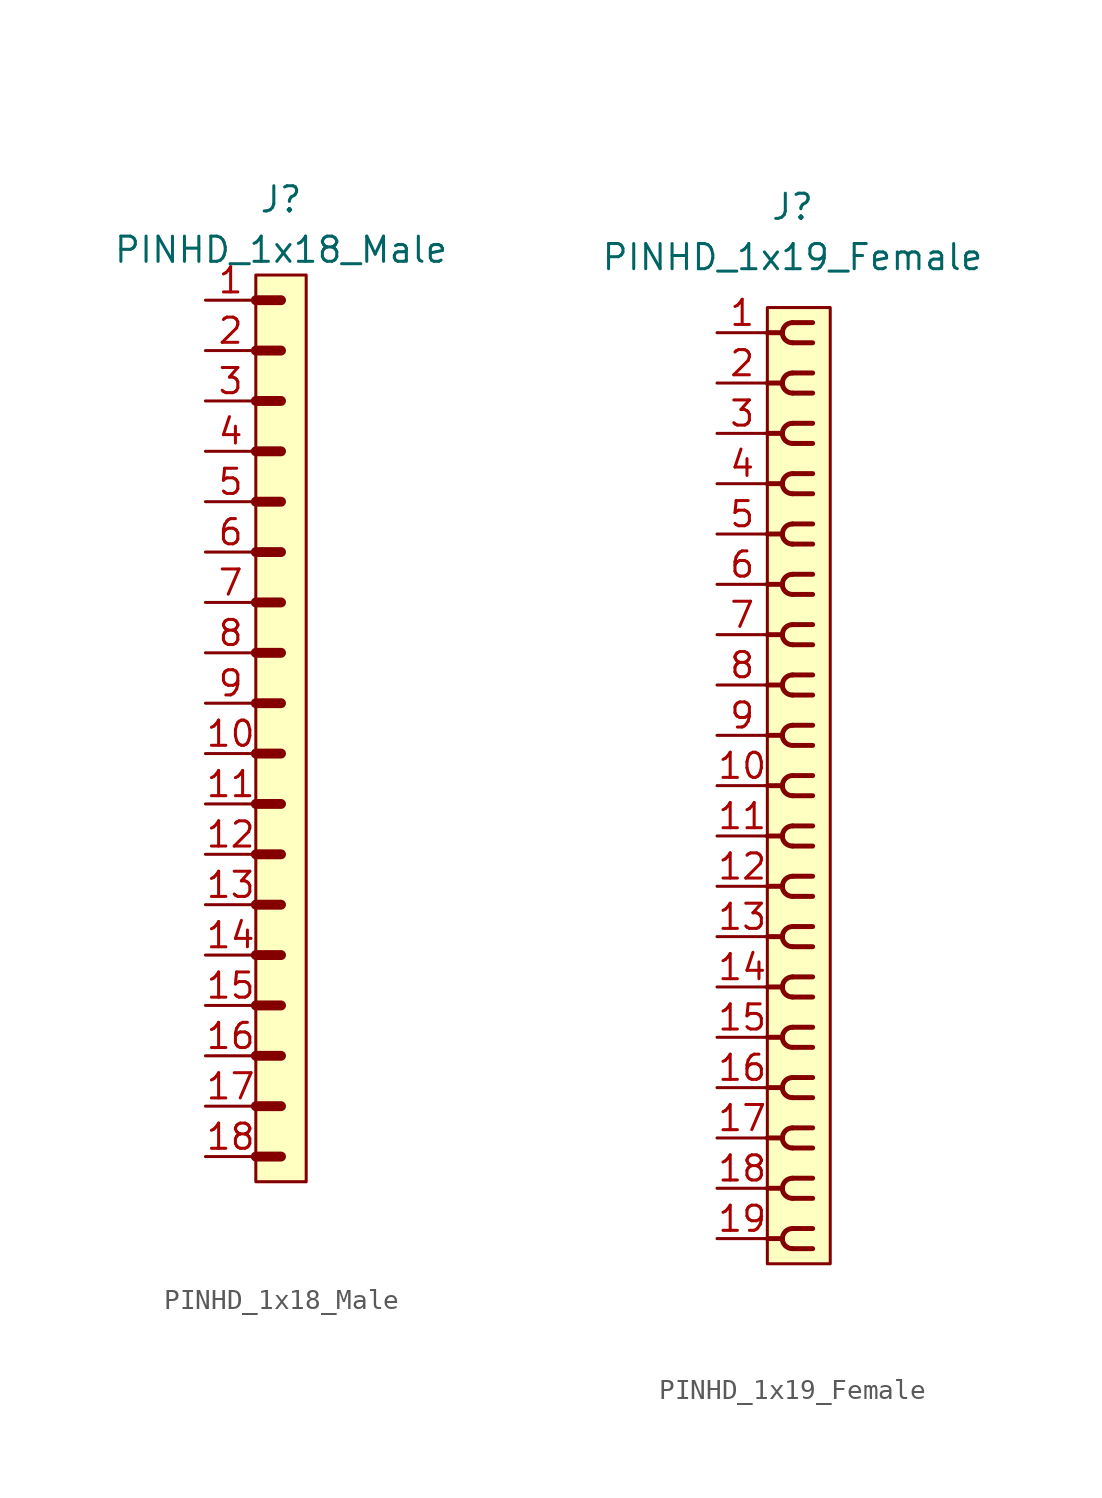
<source format=kicad_sym>
(kicad_symbol_lib
  (version 20220914)
  (generator kicad_symbol_editor)
  (symbol "PINHD_1x18_Male"
    (property "Reference" "J"
      (at 0 26.67 0)
      (effects (font (size 1.27 1.27))))
    (property "Value" "PINHD_1x18_Male"
      (at 0 24.13 0)
      (effects (font (size 1.27 1.27))))
    (symbol "PINHD_1x18_Male_0_1"
      (rectangle (start -1.27 22.86) (end 1.27 -22.86) (stroke (width 0) (type default)) (fill (type background)))
      (polyline (pts (xy -1.27 -21.59) (xy 0 -21.59)) (stroke (width 0.5) (type default)) (fill (type none)))
      (polyline (pts (xy -1.27 -19.05) (xy 0 -19.05)) (stroke (width 0.5) (type default)) (fill (type none)))
      (polyline (pts (xy -1.27 -16.51) (xy 0 -16.51)) (stroke (width 0.5) (type default)) (fill (type none)))
      (polyline (pts (xy -1.27 -13.97) (xy 0 -13.97)) (stroke (width 0.5) (type default)) (fill (type none)))
      (polyline (pts (xy -1.27 -11.43) (xy 0 -11.43)) (stroke (width 0.5) (type default)) (fill (type none)))
      (polyline (pts (xy -1.27 -8.89) (xy 0 -8.89)) (stroke (width 0.5) (type default)) (fill (type none)))
      (polyline (pts (xy -1.27 -6.35) (xy 0 -6.35)) (stroke (width 0.5) (type default)) (fill (type none)))
      (polyline (pts (xy -1.27 -3.81) (xy 0 -3.81)) (stroke (width 0.5) (type default)) (fill (type none)))
      (polyline (pts (xy -1.27 -1.27) (xy 0 -1.27)) (stroke (width 0.3) (type default)) (fill (type none)))
      (polyline (pts (xy -1.27 -1.27) (xy 0 -1.27)) (stroke (width 0.5) (type default)) (fill (type none)))
      (polyline (pts (xy -1.27 1.27) (xy 0 1.27)) (stroke (width 0.3) (type default)) (fill (type none)))
      (polyline (pts (xy -1.27 1.27) (xy 0 1.27)) (stroke (width 0.5) (type default)) (fill (type none)))
      (polyline (pts (xy -1.27 3.81) (xy 0 3.81)) (stroke (width 0.3) (type default)) (fill (type none)))
      (polyline (pts (xy -1.27 3.81) (xy 0 3.81)) (stroke (width 0.5) (type default)) (fill (type none)))
      (polyline (pts (xy -1.27 6.35) (xy 0 6.35)) (stroke (width 0.3) (type default)) (fill (type none)))
      (polyline (pts (xy -1.27 6.35) (xy 0 6.35)) (stroke (width 0.5) (type default)) (fill (type none)))
      (polyline (pts (xy -1.27 8.89) (xy 0 8.89)) (stroke (width 0.3) (type default)) (fill (type none)))
      (polyline (pts (xy -1.27 8.89) (xy 0 8.89)) (stroke (width 0.5) (type default)) (fill (type none)))
      (polyline (pts (xy -1.27 11.43) (xy 0 11.43)) (stroke (width 0.3) (type default)) (fill (type none)))
      (polyline (pts (xy -1.27 11.43) (xy 0 11.43)) (stroke (width 0.5) (type default)) (fill (type none)))
      (polyline (pts (xy -1.27 13.97) (xy 0 13.97)) (stroke (width 0.3) (type default)) (fill (type none)))
      (polyline (pts (xy -1.27 13.97) (xy 0 13.97)) (stroke (width 0.5) (type default)) (fill (type none)))
      (polyline (pts (xy -1.27 16.51) (xy 0 16.51)) (stroke (width 0.3) (type default)) (fill (type none)))
      (polyline (pts (xy -1.27 16.51) (xy 0 16.51)) (stroke (width 0.5) (type default)) (fill (type none)))
      (polyline (pts (xy -1.27 19.05) (xy 0 19.05)) (stroke (width 0.3) (type default)) (fill (type none)))
      (polyline (pts (xy -1.27 19.05) (xy 0 19.05)) (stroke (width 0.5) (type default)) (fill (type none)))
      (polyline (pts (xy -1.27 21.59) (xy 0 21.59)) (stroke (width 0.5) (type default)) (fill (type none))))
    (symbol "PINHD_1x18_Male_1_1"
      (pin passive line (at -3.81 21.59 0) (length 2.54) (name "" (effects (font (size 1.27 1.27)))) (number "1" (effects (font (size 1.27 1.27)))))
      (pin passive line (at -3.81 -1.27 0) (length 2.54) (name "" (effects (font (size 1.27 1.27)))) (number "10" (effects (font (size 1.27 1.27)))))
      (pin passive line (at -3.81 -3.81 0) (length 2.54) (name "" (effects (font (size 1.27 1.27)))) (number "11" (effects (font (size 1.27 1.27)))))
      (pin passive line (at -3.81 -6.35 0) (length 2.54) (name "" (effects (font (size 1.27 1.27)))) (number "12" (effects (font (size 1.27 1.27)))))
      (pin passive line (at -3.81 -8.89 0) (length 2.54) (name "" (effects (font (size 1.27 1.27)))) (number "13" (effects (font (size 1.27 1.27)))))
      (pin passive line (at -3.81 -11.43 0) (length 2.54) (name "" (effects (font (size 1.27 1.27)))) (number "14" (effects (font (size 1.27 1.27)))))
      (pin passive line (at -3.81 -13.97 0) (length 2.54) (name "" (effects (font (size 1.27 1.27)))) (number "15" (effects (font (size 1.27 1.27)))))
      (pin passive line (at -3.81 -16.51 0) (length 2.54) (name "" (effects (font (size 1.27 1.27)))) (number "16" (effects (font (size 1.27 1.27)))))
      (pin passive line (at -3.81 -19.05 0) (length 2.54) (name "" (effects (font (size 1.27 1.27)))) (number "17" (effects (font (size 1.27 1.27)))))
      (pin passive line (at -3.81 -21.59 0) (length 2.54) (name "" (effects (font (size 1.27 1.27)))) (number "18" (effects (font (size 1.27 1.27)))))
      (pin passive line (at -3.81 19.05 0) (length 2.54) (name "" (effects (font (size 1.27 1.27)))) (number "2" (effects (font (size 1.27 1.27)))))
      (pin passive line (at -3.81 16.51 0) (length 2.54) (name "" (effects (font (size 1.27 1.27)))) (number "3" (effects (font (size 1.27 1.27)))))
      (pin passive line (at -3.81 13.97 0) (length 2.54) (name "" (effects (font (size 1.27 1.27)))) (number "4" (effects (font (size 1.27 1.27)))))
      (pin passive line (at -3.81 11.43 0) (length 2.54) (name "" (effects (font (size 1.27 1.27)))) (number "5" (effects (font (size 1.27 1.27)))))
      (pin passive line (at -3.81 8.89 0) (length 2.54) (name "" (effects (font (size 1.27 1.27)))) (number "6" (effects (font (size 1.27 1.27)))))
      (pin passive line (at -3.81 6.35 0) (length 2.54) (name "" (effects (font (size 1.27 1.27)))) (number "7" (effects (font (size 1.27 1.27)))))
      (pin passive line (at -3.81 3.81 0) (length 2.54) (name "" (effects (font (size 1.27 1.27)))) (number "8" (effects (font (size 1.27 1.27)))))
      (pin passive line (at -3.81 1.27 0) (length 2.54) (name "" (effects (font (size 1.27 1.27)))) (number "9" (effects (font (size 1.27 1.27)))))))
  (symbol "PINHD_1x19_Female"
    (property "Reference" "J"
      (at 0 29.21 0)
      (effects (font (size 1.27 1.27))))
    (property "Value" "PINHD_1x19_Female"
      (at 0 26.67 0)
      (effects (font (size 1.27 1.27))))
    (symbol "PINHD_1x19_Female_0_1"
      (rectangle (start -1.27 24.13) (end 1.905 -24.13) (stroke (width 0) (type default)) (fill (type background)))
      (arc (start -0.508 -22.86) (mid -0.3592 -23.2192) (end 0 -23.368) (stroke (width 0.25) (type default)) (fill (type none)))
      (arc (start -0.508 -20.32) (mid -0.3592 -20.6792) (end 0 -20.828) (stroke (width 0.25) (type default)) (fill (type none)))
      (arc (start -0.508 -17.78) (mid -0.3592 -18.1392) (end 0 -18.288) (stroke (width 0.25) (type default)) (fill (type none)))
      (arc (start -0.508 -15.24) (mid -0.3592 -15.5992) (end 0 -15.748) (stroke (width 0.25) (type default)) (fill (type none)))
      (arc (start -0.508 -12.7) (mid -0.3592 -13.0592) (end 0 -13.208) (stroke (width 0.25) (type default)) (fill (type none)))
      (arc (start -0.508 -10.16) (mid -0.3592 -10.5192) (end 0 -10.668) (stroke (width 0.25) (type default)) (fill (type none)))
      (arc (start -0.508 -7.62) (mid -0.3592 -7.9792) (end 0 -8.128) (stroke (width 0.25) (type default)) (fill (type none)))
      (arc (start -0.508 -5.08) (mid -0.3592 -5.4392) (end 0 -5.588) (stroke (width 0.25) (type default)) (fill (type none)))
      (arc (start -0.508 -2.54) (mid -0.3592 -2.8992) (end 0 -3.048) (stroke (width 0.25) (type default)) (fill (type none)))
      (arc (start -0.508 0) (mid -0.3592 -0.3592) (end 0 -0.508) (stroke (width 0.25) (type default)) (fill (type none)))
      (arc (start -0.508 2.54) (mid -0.3592 2.1808) (end 0 2.032) (stroke (width 0.25) (type default)) (fill (type none)))
      (arc (start -0.508 5.08) (mid -0.3592 4.7208) (end 0 4.572) (stroke (width 0.25) (type default)) (fill (type none)))
      (arc (start -0.508 7.62) (mid -0.3592 7.2608) (end 0 7.112) (stroke (width 0.25) (type default)) (fill (type none)))
      (arc (start -0.508 10.16) (mid -0.3592 9.8008) (end 0 9.652) (stroke (width 0.25) (type default)) (fill (type none)))
      (arc (start -0.508 12.7) (mid -0.3592 12.3408) (end 0 12.192) (stroke (width 0.25) (type default)) (fill (type none)))
      (arc (start -0.508 15.24) (mid -0.3592 14.8808) (end 0 14.732) (stroke (width 0.25) (type default)) (fill (type none)))
      (arc (start -0.508 17.78) (mid -0.3592 17.4208) (end 0 17.272) (stroke (width 0.25) (type default)) (fill (type none)))
      (arc (start -0.508 20.32) (mid -0.3592 19.9608) (end 0 19.812) (stroke (width 0.25) (type default)) (fill (type none)))
      (arc (start -0.508 22.86) (mid -0.3592 22.5008) (end 0 22.352) (stroke (width 0.25) (type default)) (fill (type none)))
      (arc (start 0 -22.352) (mid -0.3592 -22.5008) (end -0.508 -22.86) (stroke (width 0.25) (type default)) (fill (type none)))
      (arc (start 0 -19.812) (mid -0.3592 -19.9608) (end -0.508 -20.32) (stroke (width 0.25) (type default)) (fill (type none)))
      (arc (start 0 -17.272) (mid -0.3592 -17.4208) (end -0.508 -17.78) (stroke (width 0.25) (type default)) (fill (type none)))
      (arc (start 0 -14.732) (mid -0.3592 -14.8808) (end -0.508 -15.24) (stroke (width 0.25) (type default)) (fill (type none)))
      (arc (start 0 -12.192) (mid -0.3592 -12.3408) (end -0.508 -12.7) (stroke (width 0.25) (type default)) (fill (type none)))
      (arc (start 0 -9.652) (mid -0.3592 -9.8008) (end -0.508 -10.16) (stroke (width 0.25) (type default)) (fill (type none)))
      (arc (start 0 -7.112) (mid -0.3592 -7.2608) (end -0.508 -7.62) (stroke (width 0.25) (type default)) (fill (type none)))
      (arc (start 0 -4.572) (mid -0.3592 -4.7208) (end -0.508 -5.08) (stroke (width 0.25) (type default)) (fill (type none)))
      (arc (start 0 -2.032) (mid -0.3592 -2.1808) (end -0.508 -2.54) (stroke (width 0.25) (type default)) (fill (type none)))
      (polyline (pts (xy -1.27 -22.86) (xy -0.508 -22.86)) (stroke (width 0.25) (type default)) (fill (type none)))
      (polyline (pts (xy -1.27 -20.32) (xy -0.508 -20.32)) (stroke (width 0.25) (type default)) (fill (type none)))
      (polyline (pts (xy -1.27 -17.78) (xy -0.508 -17.78)) (stroke (width 0.25) (type default)) (fill (type none)))
      (polyline (pts (xy -1.27 -15.24) (xy -0.508 -15.24)) (stroke (width 0.25) (type default)) (fill (type none)))
      (polyline (pts (xy -1.27 -12.7) (xy -0.508 -12.7)) (stroke (width 0.25) (type default)) (fill (type none)))
      (polyline (pts (xy -1.27 -10.16) (xy -0.508 -10.16)) (stroke (width 0.25) (type default)) (fill (type none)))
      (polyline (pts (xy -1.27 -7.62) (xy -0.508 -7.62)) (stroke (width 0.25) (type default)) (fill (type none)))
      (polyline (pts (xy -1.27 -5.08) (xy -0.508 -5.08)) (stroke (width 0.25) (type default)) (fill (type none)))
      (polyline (pts (xy -1.27 -2.54) (xy -0.508 -2.54)) (stroke (width 0.25) (type default)) (fill (type none)))
      (polyline (pts (xy -1.27 0) (xy -0.508 0)) (stroke (width 0.25) (type default)) (fill (type none)))
      (polyline (pts (xy -1.27 2.54) (xy -0.508 2.54)) (stroke (width 0.25) (type default)) (fill (type none)))
      (polyline (pts (xy -1.27 5.08) (xy -0.508 5.08)) (stroke (width 0.25) (type default)) (fill (type none)))
      (polyline (pts (xy -1.27 7.62) (xy -0.508 7.62)) (stroke (width 0.25) (type default)) (fill (type none)))
      (polyline (pts (xy -1.27 10.16) (xy -0.508 10.16)) (stroke (width 0.25) (type default)) (fill (type none)))
      (polyline (pts (xy -1.27 12.7) (xy -0.508 12.7)) (stroke (width 0.25) (type default)) (fill (type none)))
      (polyline (pts (xy -1.27 15.24) (xy -0.508 15.24)) (stroke (width 0.25) (type default)) (fill (type none)))
      (polyline (pts (xy -1.27 17.78) (xy -0.508 17.78)) (stroke (width 0.25) (type default)) (fill (type none)))
      (polyline (pts (xy -1.27 20.32) (xy -0.508 20.32)) (stroke (width 0.25) (type default)) (fill (type none)))
      (polyline (pts (xy -1.27 22.86) (xy -0.508 22.86)) (stroke (width 0.25) (type default)) (fill (type none)))
      (polyline (pts (xy 0 -23.368) (xy 1.016 -23.368)) (stroke (width 0.25) (type default)) (fill (type none)))
      (polyline (pts (xy 0 -22.352) (xy 1.016 -22.352)) (stroke (width 0.25) (type default)) (fill (type none)))
      (polyline (pts (xy 0 -20.828) (xy 1.016 -20.828)) (stroke (width 0.25) (type default)) (fill (type none)))
      (polyline (pts (xy 0 -19.812) (xy 1.016 -19.812)) (stroke (width 0.25) (type default)) (fill (type none)))
      (polyline (pts (xy 0 -18.288) (xy 1.016 -18.288)) (stroke (width 0.25) (type default)) (fill (type none)))
      (polyline (pts (xy 0 -17.272) (xy 1.016 -17.272)) (stroke (width 0.25) (type default)) (fill (type none)))
      (polyline (pts (xy 0 -15.748) (xy 1.016 -15.748)) (stroke (width 0.25) (type default)) (fill (type none)))
      (polyline (pts (xy 0 -14.732) (xy 1.016 -14.732)) (stroke (width 0.25) (type default)) (fill (type none)))
      (polyline (pts (xy 0 -13.208) (xy 1.016 -13.208)) (stroke (width 0.25) (type default)) (fill (type none)))
      (polyline (pts (xy 0 -12.192) (xy 1.016 -12.192)) (stroke (width 0.25) (type default)) (fill (type none)))
      (polyline (pts (xy 0 -10.668) (xy 1.016 -10.668)) (stroke (width 0.25) (type default)) (fill (type none)))
      (polyline (pts (xy 0 -9.652) (xy 1.016 -9.652)) (stroke (width 0.25) (type default)) (fill (type none)))
      (polyline (pts (xy 0 -8.128) (xy 1.016 -8.128)) (stroke (width 0.25) (type default)) (fill (type none)))
      (polyline (pts (xy 0 -7.112) (xy 1.016 -7.112)) (stroke (width 0.25) (type default)) (fill (type none)))
      (polyline (pts (xy 0 -5.588) (xy 1.016 -5.588)) (stroke (width 0.25) (type default)) (fill (type none)))
      (polyline (pts (xy 0 -4.572) (xy 1.016 -4.572)) (stroke (width 0.25) (type default)) (fill (type none)))
      (polyline (pts (xy 0 -3.048) (xy 1.016 -3.048)) (stroke (width 0.25) (type default)) (fill (type none)))
      (polyline (pts (xy 0 -2.032) (xy 1.016 -2.032)) (stroke (width 0.25) (type default)) (fill (type none)))
      (polyline (pts (xy 0 -0.508) (xy 1.016 -0.508)) (stroke (width 0.25) (type default)) (fill (type none)))
      (polyline (pts (xy 0 0.508) (xy 1.016 0.508)) (stroke (width 0.25) (type default)) (fill (type none)))
      (polyline (pts (xy 0 2.032) (xy 1.016 2.032)) (stroke (width 0.25) (type default)) (fill (type none)))
      (polyline (pts (xy 0 3.048) (xy 1.016 3.048)) (stroke (width 0.25) (type default)) (fill (type none)))
      (polyline (pts (xy 0 4.572) (xy 1.016 4.572)) (stroke (width 0.25) (type default)) (fill (type none)))
      (polyline (pts (xy 0 5.588) (xy 1.016 5.588)) (stroke (width 0.25) (type default)) (fill (type none)))
      (polyline (pts (xy 0 7.112) (xy 1.016 7.112)) (stroke (width 0.25) (type default)) (fill (type none)))
      (polyline (pts (xy 0 8.128) (xy 1.016 8.128)) (stroke (width 0.25) (type default)) (fill (type none)))
      (polyline (pts (xy 0 9.652) (xy 1.016 9.652)) (stroke (width 0.25) (type default)) (fill (type none)))
      (polyline (pts (xy 0 10.668) (xy 1.016 10.668)) (stroke (width 0.25) (type default)) (fill (type none)))
      (polyline (pts (xy 0 12.192) (xy 1.016 12.192)) (stroke (width 0.25) (type default)) (fill (type none)))
      (polyline (pts (xy 0 13.208) (xy 1.016 13.208)) (stroke (width 0.25) (type default)) (fill (type none)))
      (polyline (pts (xy 0 14.732) (xy 1.016 14.732)) (stroke (width 0.25) (type default)) (fill (type none)))
      (polyline (pts (xy 0 15.748) (xy 1.016 15.748)) (stroke (width 0.25) (type default)) (fill (type none)))
      (polyline (pts (xy 0 17.272) (xy 1.016 17.272)) (stroke (width 0.25) (type default)) (fill (type none)))
      (polyline (pts (xy 0 18.288) (xy 1.016 18.288)) (stroke (width 0.25) (type default)) (fill (type none)))
      (polyline (pts (xy 0 19.812) (xy 1.016 19.812)) (stroke (width 0.25) (type default)) (fill (type none)))
      (polyline (pts (xy 0 20.828) (xy 1.016 20.828)) (stroke (width 0.25) (type default)) (fill (type none)))
      (polyline (pts (xy 0 22.352) (xy 1.016 22.352)) (stroke (width 0.25) (type default)) (fill (type none)))
      (polyline (pts (xy 0 23.368) (xy 1.016 23.368)) (stroke (width 0.25) (type default)) (fill (type none)))
      (arc (start 0 0.508) (mid -0.3592 0.3592) (end -0.508 0) (stroke (width 0.25) (type default)) (fill (type none)))
      (arc (start 0 3.048) (mid -0.3592 2.8992) (end -0.508 2.54) (stroke (width 0.25) (type default)) (fill (type none)))
      (arc (start 0 5.588) (mid -0.3592 5.4392) (end -0.508 5.08) (stroke (width 0.25) (type default)) (fill (type none)))
      (arc (start 0 8.128) (mid -0.3592 7.9792) (end -0.508 7.62) (stroke (width 0.25) (type default)) (fill (type none)))
      (arc (start 0 10.668) (mid -0.3592 10.5192) (end -0.508 10.16) (stroke (width 0.25) (type default)) (fill (type none)))
      (arc (start 0 13.208) (mid -0.3592 13.0592) (end -0.508 12.7) (stroke (width 0.25) (type default)) (fill (type none)))
      (arc (start 0 15.748) (mid -0.3592 15.5992) (end -0.508 15.24) (stroke (width 0.25) (type default)) (fill (type none)))
      (arc (start 0 18.288) (mid -0.3592 18.1392) (end -0.508 17.78) (stroke (width 0.25) (type default)) (fill (type none)))
      (arc (start 0 20.828) (mid -0.3592 20.6792) (end -0.508 20.32) (stroke (width 0.25) (type default)) (fill (type none)))
      (arc (start 0 23.368) (mid -0.3592 23.2192) (end -0.508 22.86) (stroke (width 0.25) (type default)) (fill (type none))))
    (symbol "PINHD_1x19_Female_1_1"
      (pin passive line (at -3.81 22.86 0) (length 2.54) (name "" (effects (font (size 1.27 1.27)))) (number "1" (effects (font (size 1.27 1.27)))))
      (pin passive line (at -3.81 0 0) (length 2.54) (name "" (effects (font (size 1.27 1.27)))) (number "10" (effects (font (size 1.27 1.27)))))
      (pin passive line (at -3.81 -2.54 0) (length 2.54) (name "" (effects (font (size 1.27 1.27)))) (number "11" (effects (font (size 1.27 1.27)))))
      (pin passive line (at -3.81 -5.08 0) (length 2.54) (name "" (effects (font (size 1.27 1.27)))) (number "12" (effects (font (size 1.27 1.27)))))
      (pin passive line (at -3.81 -7.62 0) (length 2.54) (name "" (effects (font (size 1.27 1.27)))) (number "13" (effects (font (size 1.27 1.27)))))
      (pin passive line (at -3.81 -10.16 0) (length 2.54) (name "" (effects (font (size 1.27 1.27)))) (number "14" (effects (font (size 1.27 1.27)))))
      (pin passive line (at -3.81 -12.7 0) (length 2.54) (name "" (effects (font (size 1.27 1.27)))) (number "15" (effects (font (size 1.27 1.27)))))
      (pin passive line (at -3.81 -15.24 0) (length 2.54) (name "" (effects (font (size 1.27 1.27)))) (number "16" (effects (font (size 1.27 1.27)))))
      (pin passive line (at -3.81 -17.78 0) (length 2.54) (name "" (effects (font (size 1.27 1.27)))) (number "17" (effects (font (size 1.27 1.27)))))
      (pin passive line (at -3.81 -20.32 0) (length 2.54) (name "" (effects (font (size 1.27 1.27)))) (number "18" (effects (font (size 1.27 1.27)))))
      (pin passive line (at -3.81 -22.86 0) (length 2.54) (name "" (effects (font (size 1.27 1.27)))) (number "19" (effects (font (size 1.27 1.27)))))
      (pin passive line (at -3.81 20.32 0) (length 2.54) (name "" (effects (font (size 1.27 1.27)))) (number "2" (effects (font (size 1.27 1.27)))))
      (pin passive line (at -3.81 17.78 0) (length 2.54) (name "" (effects (font (size 1.27 1.27)))) (number "3" (effects (font (size 1.27 1.27)))))
      (pin passive line (at -3.81 15.24 0) (length 2.54) (name "" (effects (font (size 1.27 1.27)))) (number "4" (effects (font (size 1.27 1.27)))))
      (pin passive line (at -3.81 12.7 0) (length 2.54) (name "" (effects (font (size 1.27 1.27)))) (number "5" (effects (font (size 1.27 1.27)))))
      (pin passive line (at -3.81 10.16 0) (length 2.54) (name "" (effects (font (size 1.27 1.27)))) (number "6" (effects (font (size 1.27 1.27)))))
      (pin passive line (at -3.81 7.62 0) (length 2.54) (name "" (effects (font (size 1.27 1.27)))) (number "7" (effects (font (size 1.27 1.27)))))
      (pin passive line (at -3.81 5.08 0) (length 2.54) (name "" (effects (font (size 1.27 1.27)))) (number "8" (effects (font (size 1.27 1.27)))))
      (pin passive line (at -3.81 2.54 0) (length 2.54) (name "" (effects (font (size 1.27 1.27)))) (number "9" (effects (font (size 1.27 1.27))))))))
</source>
